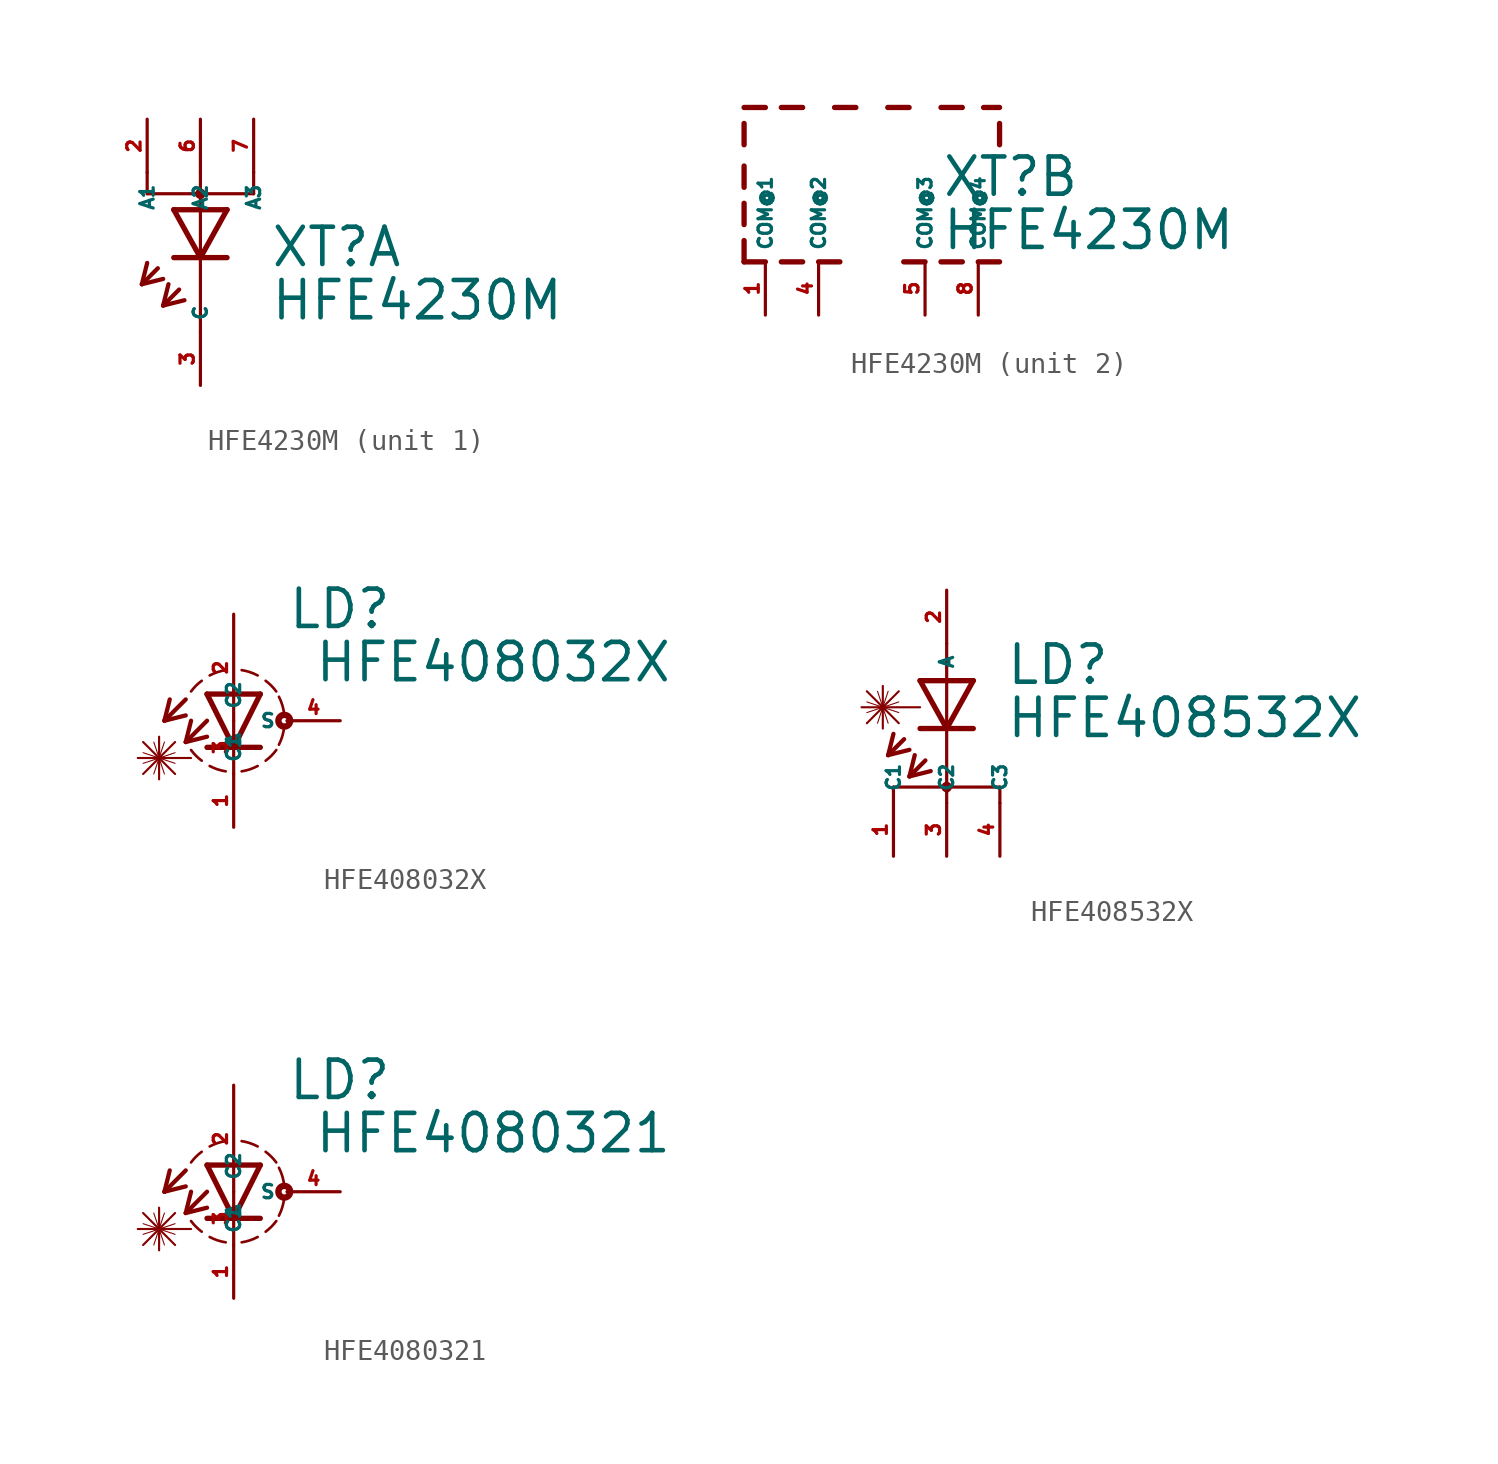
<source format=kicad_sym>
(kicad_symbol_lib
  (version 20220914)
  (generator Eagle2Kicad)
  (symbol "HFE4230M"
    (property "Reference" "XT"
      (at 3.302 -2.057 0)
      (effects (font (size 1.778 1.778) (thickness 0.22)) (justify left bottom)))
    (property "Value" "HFE4230M"
      (at 3.302 -4.597 0)
      (effects (font (size 1.778 1.778) (thickness 0.22)) (justify left bottom)))
    (symbol "HFE4230M_1_0"
      (polyline (pts (xy -1.27 0.762) (xy 0 -1.524)) (stroke (width 0.254) (type default)) (fill (type none)))
      (polyline (pts (xy 0 -1.524) (xy 1.27 0.762)) (stroke (width 0.254) (type default)) (fill (type none)))
      (polyline (pts (xy 1.27 -1.524) (xy 0 -1.524)) (stroke (width 0.254) (type default)) (fill (type none)))
      (polyline (pts (xy 1.27 0.762) (xy -1.27 0.762)) (stroke (width 0.254) (type default)) (fill (type none)))
      (polyline (pts (xy 0 -1.524) (xy -1.27 -1.524)) (stroke (width 0.254) (type default)) (fill (type none)))
      (polyline (pts (xy -2.032 -2.032) (xy -2.794 -2.794)) (stroke (width 0.203) (type default)) (fill (type none)))
      (polyline (pts (xy -2.794 -2.794) (xy -1.778 -2.54)) (stroke (width 0.203) (type default)) (fill (type none)))
      (polyline (pts (xy -2.794 -2.794) (xy -2.54 -1.778)) (stroke (width 0.203) (type default)) (fill (type none)))
      (polyline (pts (xy -1.016 -3.048) (xy -1.778 -3.81)) (stroke (width 0.203) (type default)) (fill (type none)))
      (polyline (pts (xy -1.778 -3.81) (xy -0.762 -3.556)) (stroke (width 0.203) (type default)) (fill (type none)))
      (polyline (pts (xy -1.778 -3.81) (xy -1.524 -2.794)) (stroke (width 0.203) (type default)) (fill (type none)))
      (polyline (pts (xy 2.54 1.524) (xy 0 1.524)) (stroke (width 0.152) (type default)) (fill (type none)))
      (polyline (pts (xy 0 1.524) (xy -2.54 1.524)) (stroke (width 0.152) (type default)) (fill (type none)))
      (polyline (pts (xy 0 -5.08) (xy 0 1.524)) (stroke (width 0.152) (type default)) (fill (type none)))
      (polyline (pts (xy 0 1.524) (xy 0 1.778)) (stroke (width 0.152) (type default)) (fill (type none)))
      (polyline (pts (xy 2.54 1.524) (xy 2.54 2.54)) (stroke (width 0.152) (type default)) (fill (type none)))
      (polyline (pts (xy 0 1.524) (xy 0 2.54)) (stroke (width 0.152) (type default)) (fill (type none)))
      (polyline (pts (xy -2.54 1.524) (xy -2.54 2.54)) (stroke (width 0.152) (type default)) (fill (type none)))
      (circle (center 0 1.524) (radius 0.127) (stroke (width 0.254) (type default)) (fill (type none)))
      (pin passive line (at 0 -7.62 90) (length 2.54) (name "C" (effects (font (size 0.635 0.635) (thickness 0.08)) (justify left bottom))) (number "3" (effects (font (size 0.635 0.635) (thickness 0.08)) (justify left bottom))))
      (pin passive line (at 0 5.08 270) (length 2.54) (name "A2" (effects (font (size 0.635 0.635) (thickness 0.08)) (justify left bottom))) (number "6" (effects (font (size 0.635 0.635) (thickness 0.08)) (justify left bottom))))
      (pin passive line (at 2.54 5.08 270) (length 2.54) (name "A3" (effects (font (size 0.635 0.635) (thickness 0.08)) (justify left bottom))) (number "7" (effects (font (size 0.635 0.635) (thickness 0.08)) (justify left bottom))))
      (pin passive line (at -2.54 5.08 270) (length 2.54) (name "A1" (effects (font (size 0.635 0.635) (thickness 0.08)) (justify left bottom))) (number "2" (effects (font (size 0.635 0.635) (thickness 0.08)) (justify left bottom)))))
    (symbol "HFE4230M_2_0"
      (polyline (pts (xy -1.778 2.286) (xy -0.762 2.286)) (stroke (width 0.254) (type default)) (fill (type none)))
      (polyline (pts (xy 0.762 2.286) (xy 1.778 2.286)) (stroke (width 0.254) (type default)) (fill (type none)))
      (polyline (pts (xy 3.302 2.286) (xy 4.318 2.286)) (stroke (width 0.254) (type default)) (fill (type none)))
      (polyline (pts (xy 6.096 2.286) (xy 5.334 2.286)) (stroke (width 0.254) (type default)) (fill (type none)))
      (polyline (pts (xy 5.08 -5.08) (xy 6.096 -5.08)) (stroke (width 0.254) (type default)) (fill (type none)))
      (polyline (pts (xy 4.318 -5.08) (xy 3.302 -5.08)) (stroke (width 0.254) (type default)) (fill (type none)))
      (polyline (pts (xy 2.54 -5.08) (xy 1.524 -5.08)) (stroke (width 0.254) (type default)) (fill (type none)))
      (polyline (pts (xy -1.524 -5.08) (xy -2.54 -5.08)) (stroke (width 0.254) (type default)) (fill (type none)))
      (polyline (pts (xy -3.302 -5.08) (xy -4.318 -5.08)) (stroke (width 0.254) (type default)) (fill (type none)))
      (polyline (pts (xy -5.08 -5.08) (xy -6.096 -5.08)) (stroke (width 0.254) (type default)) (fill (type none)))
      (polyline (pts (xy -4.318 2.286) (xy -3.302 2.286)) (stroke (width 0.254) (type default)) (fill (type none)))
      (polyline (pts (xy -6.096 2.286) (xy -5.08 2.286)) (stroke (width 0.254) (type default)) (fill (type none)))
      (polyline (pts (xy -6.096 0.508) (xy -6.096 1.524)) (stroke (width 0.254) (type default)) (fill (type none)))
      (polyline (pts (xy -6.096 -1.524) (xy -6.096 -0.508)) (stroke (width 0.254) (type default)) (fill (type none)))
      (polyline (pts (xy -6.096 -3.302) (xy -6.096 -2.286)) (stroke (width 0.254) (type default)) (fill (type none)))
      (polyline (pts (xy -6.096 -5.08) (xy -6.096 -4.064)) (stroke (width 0.254) (type default)) (fill (type none)))
      (polyline (pts (xy 6.096 1.524) (xy 6.096 0.508)) (stroke (width 0.254) (type default)) (fill (type none)))
      (pin unspecified line (at 5.08 -7.62 90) (length 2.54) (name "COM@4" (effects (font (size 0.635 0.635) (thickness 0.08)) (justify left bottom))) (number "8" (effects (font (size 0.635 0.635) (thickness 0.08)) (justify left bottom))))
      (pin unspecified line (at -2.54 -7.62 90) (length 2.54) (name "COM@2" (effects (font (size 0.635 0.635) (thickness 0.08)) (justify left bottom))) (number "4" (effects (font (size 0.635 0.635) (thickness 0.08)) (justify left bottom))))
      (pin unspecified line (at 2.54 -7.62 90) (length 2.54) (name "COM@3" (effects (font (size 0.635 0.635) (thickness 0.08)) (justify left bottom))) (number "5" (effects (font (size 0.635 0.635) (thickness 0.08)) (justify left bottom))))
      (pin unspecified line (at -5.08 -7.62 90) (length 2.54) (name "COM@1" (effects (font (size 0.635 0.635) (thickness 0.08)) (justify left bottom))) (number "1" (effects (font (size 0.635 0.635) (thickness 0.08)) (justify left bottom))))))
  (symbol "HFE408032X"
    (property "Reference" "LD"
      (at 2.54 4.293 0)
      (effects (font (size 1.778 1.778) (thickness 0.22)) (justify left bottom)))
    (property "Value" "HFE408032X"
      (at 3.81 1.753 0)
      (effects (font (size 1.778 1.778) (thickness 0.22)) (justify left bottom)))
    (polyline
      (pts (xy -1.27 1.27) (xy 0 -1.27))
      (stroke (width 0.254) (type default))
      (fill (type none)))
    (polyline
      (pts (xy 0 -1.27) (xy 1.27 1.27))
      (stroke (width 0.254) (type default))
      (fill (type none)))
    (polyline
      (pts (xy 1.27 -1.27) (xy 0 -1.27))
      (stroke (width 0.254) (type default))
      (fill (type none)))
    (polyline
      (pts (xy 1.27 1.27) (xy -1.27 1.27))
      (stroke (width 0.254) (type default))
      (fill (type none)))
    (polyline
      (pts (xy 0 -1.27) (xy -1.27 -1.27))
      (stroke (width 0.254) (type default))
      (fill (type none)))
    (polyline
      (pts (xy -2.286 1.016) (xy -3.302 0))
      (stroke (width 0.203) (type default))
      (fill (type none)))
    (polyline
      (pts (xy -3.302 0) (xy -2.286 0.254))
      (stroke (width 0.203) (type default))
      (fill (type none)))
    (polyline
      (pts (xy -3.302 0) (xy -3.048 1.016))
      (stroke (width 0.203) (type default))
      (fill (type none)))
    (polyline
      (pts (xy -1.27 0) (xy -2.286 -1.016))
      (stroke (width 0.203) (type default))
      (fill (type none)))
    (polyline
      (pts (xy -2.286 -1.016) (xy -1.27 -0.762))
      (stroke (width 0.203) (type default))
      (fill (type none)))
    (polyline
      (pts (xy -2.286 -1.016) (xy -2.032 0))
      (stroke (width 0.203) (type default))
      (fill (type none)))
    (polyline
      (pts (xy -2.032 -1.778) (xy -4.572 -1.778))
      (stroke (width 0.102) (type default))
      (fill (type none)))
    (polyline
      (pts (xy -3.556 -0.762) (xy -3.556 -2.794))
      (stroke (width 0.102) (type default))
      (fill (type none)))
    (polyline
      (pts (xy -2.794 -1.016) (xy -4.318 -2.54))
      (stroke (width 0.102) (type default))
      (fill (type none)))
    (polyline
      (pts (xy -4.318 -1.016) (xy -2.794 -2.54))
      (stroke (width 0.102) (type default))
      (fill (type none)))
    (polyline
      (pts (xy -3.81 -1.016) (xy -3.302 -2.54))
      (stroke (width 0.051) (type default))
      (fill (type none)))
    (polyline
      (pts (xy -3.302 -1.016) (xy -3.81 -2.54))
      (stroke (width 0.051) (type default))
      (fill (type none)))
    (polyline
      (pts (xy -4.318 -1.524) (xy -2.794 -2.032))
      (stroke (width 0.051) (type default))
      (fill (type none)))
    (polyline
      (pts (xy -2.794 -1.524) (xy -4.318 -2.032))
      (stroke (width 0.051) (type default))
      (fill (type none)))
    (arc
      (start 0.381 -2.413)
      (mid 0.773 -2.318)
      (end 1.143 -2.159)
      (stroke (width 0.127) (type default))
      (fill (type none)))
    (arc
      (start 2.159 -1.143)
      (mid 2.329 -0.711)
      (end 2.413 -0.254)
      (stroke (width 0.127) (type default))
      (fill (type none)))
    (arc
      (start 2.413 0.254)
      (mid 2.329 0.711)
      (end 2.159 1.143)
      (stroke (width 0.127) (type default))
      (fill (type none)))
    (arc
      (start 2.032 1.397)
      (mid 1.797 1.670)
      (end 1.524 1.905)
      (stroke (width 0.127) (type default))
      (fill (type none)))
    (arc
      (start 1.143 2.159)
      (mid 0.773 2.318)
      (end 0.381 2.413)
      (stroke (width 0.127) (type default))
      (fill (type none)))
    (arc
      (start 1.524 -1.905)
      (mid 1.797 -1.670)
      (end 2.032 -1.397)
      (stroke (width 0.127) (type default))
      (fill (type none)))
    (arc
      (start -0.381 2.413)
      (mid -0.773 2.318)
      (end -1.143 2.159)
      (stroke (width 0.127) (type default))
      (fill (type none)))
    (arc
      (start -2.032 -1.397)
      (mid -1.797 -1.670)
      (end -1.524 -1.905)
      (stroke (width 0.127) (type default))
      (fill (type none)))
    (arc
      (start -1.143 -2.159)
      (mid -0.773 -2.318)
      (end -0.381 -2.413)
      (stroke (width 0.127) (type default))
      (fill (type none)))
    (arc
      (start -1.524 1.905)
      (mid -1.797 1.670)
      (end -2.032 1.397)
      (stroke (width 0.127) (type default))
      (fill (type none)))
    (circle
      (center 2.413 0)
      (radius 0.127)
      (stroke (width 0.305) (type default))
      (fill (type none)))
    (pin passive line
      (at 0 5.08 270)
      (length 5.08)
      (name "A" (effects (font (size 0.635 0.635) (thickness 0.08)) (justify left bottom)))
      (number "2" (effects (font (size 0.635 0.635) (thickness 0.08)) (justify left bottom))))
    (pin passive line
      (at 0 -2.54 90)
      (length 2.54)
      (name "C2" (effects (font (size 0.635 0.635) (thickness 0.08)) (justify left bottom)))
      (number "3" (effects (font (size 0.635 0.635) (thickness 0.08)) (justify left bottom))))
    (pin passive line
      (at 0 -5.08 90)
      (length 2.54)
      (name "C1" (effects (font (size 0.635 0.635) (thickness 0.08)) (justify left bottom)))
      (number "1" (effects (font (size 0.635 0.635) (thickness 0.08)) (justify left bottom))))
    (pin passive line
      (at 5.08 0 180)
      (length 2.54)
      (name "S" (effects (font (size 0.635 0.635) (thickness 0.08)) (justify left bottom)))
      (number "4" (effects (font (size 0.635 0.635) (thickness 0.08)) (justify left bottom)))))
  (symbol "HFE408532X"
    (property "Reference" "LD"
      (at 2.794 0.483 0)
      (effects (font (size 1.778 1.778) (thickness 0.22)) (justify left bottom)))
    (property "Value" "HFE408532X"
      (at 2.794 -2.057 0)
      (effects (font (size 1.778 1.778) (thickness 0.22)) (justify left bottom)))
    (polyline
      (pts (xy -1.27 0.762) (xy 0 -1.524))
      (stroke (width 0.254) (type default))
      (fill (type none)))
    (polyline
      (pts (xy 0 -1.524) (xy 1.27 0.762))
      (stroke (width 0.254) (type default))
      (fill (type none)))
    (polyline
      (pts (xy 1.27 -1.524) (xy 0 -1.524))
      (stroke (width 0.254) (type default))
      (fill (type none)))
    (polyline
      (pts (xy 1.27 0.762) (xy -1.27 0.762))
      (stroke (width 0.254) (type default))
      (fill (type none)))
    (polyline
      (pts (xy 0 -1.524) (xy -1.27 -1.524))
      (stroke (width 0.254) (type default))
      (fill (type none)))
    (polyline
      (pts (xy -2.032 -2.032) (xy -2.794 -2.794))
      (stroke (width 0.203) (type default))
      (fill (type none)))
    (polyline
      (pts (xy -2.794 -2.794) (xy -1.778 -2.54))
      (stroke (width 0.203) (type default))
      (fill (type none)))
    (polyline
      (pts (xy -2.794 -2.794) (xy -2.54 -1.778))
      (stroke (width 0.203) (type default))
      (fill (type none)))
    (polyline
      (pts (xy -1.016 -3.048) (xy -1.778 -3.81))
      (stroke (width 0.203) (type default))
      (fill (type none)))
    (polyline
      (pts (xy -1.778 -3.81) (xy -0.762 -3.556))
      (stroke (width 0.203) (type default))
      (fill (type none)))
    (polyline
      (pts (xy -1.778 -3.81) (xy -1.524 -2.794))
      (stroke (width 0.203) (type default))
      (fill (type none)))
    (polyline
      (pts (xy -1.27 -0.508) (xy -4.064 -0.508))
      (stroke (width 0.102) (type default))
      (fill (type none)))
    (polyline
      (pts (xy -3.048 0.508) (xy -3.048 -1.524))
      (stroke (width 0.102) (type default))
      (fill (type none)))
    (polyline
      (pts (xy -2.286 0.254) (xy -3.81 -1.27))
      (stroke (width 0.102) (type default))
      (fill (type none)))
    (polyline
      (pts (xy -3.81 0.254) (xy -2.286 -1.27))
      (stroke (width 0.102) (type default))
      (fill (type none)))
    (polyline
      (pts (xy -3.302 0.254) (xy -2.794 -1.27))
      (stroke (width 0.051) (type default))
      (fill (type none)))
    (polyline
      (pts (xy -2.794 0.254) (xy -3.302 -1.27))
      (stroke (width 0.051) (type default))
      (fill (type none)))
    (polyline
      (pts (xy -3.81 -0.254) (xy -2.286 -0.762))
      (stroke (width 0.051) (type default))
      (fill (type none)))
    (polyline
      (pts (xy -2.286 -0.254) (xy -3.81 -0.762))
      (stroke (width 0.051) (type default))
      (fill (type none)))
    (polyline
      (pts (xy -2.54 -4.318) (xy 0 -4.318))
      (stroke (width 0.152) (type default))
      (fill (type none)))
    (polyline
      (pts (xy 0 -4.318) (xy 2.54 -4.318))
      (stroke (width 0.152) (type default))
      (fill (type none)))
    (polyline
      (pts (xy 0 2.54) (xy 0 -4.318))
      (stroke (width 0.152) (type default))
      (fill (type none)))
    (polyline
      (pts (xy 0 -4.318) (xy 0 -4.572))
      (stroke (width 0.152) (type default))
      (fill (type none)))
    (polyline
      (pts (xy -2.54 -4.318) (xy -2.54 -5.08))
      (stroke (width 0.152) (type default))
      (fill (type none)))
    (polyline
      (pts (xy 0 -4.318) (xy 0 -5.08))
      (stroke (width 0.152) (type default))
      (fill (type none)))
    (polyline
      (pts (xy 2.54 -4.318) (xy 2.54 -5.08))
      (stroke (width 0.152) (type default))
      (fill (type none)))
    (circle
      (center 0 -4.318)
      (radius 0.127)
      (stroke (width 0.254) (type default))
      (fill (type none)))
    (pin passive line
      (at 0 5.08 270)
      (length 2.54)
      (name "A" (effects (font (size 0.635 0.635) (thickness 0.08)) (justify left bottom)))
      (number "2" (effects (font (size 0.635 0.635) (thickness 0.08)) (justify left bottom))))
    (pin passive line
      (at 0 -7.62 90)
      (length 2.54)
      (name "C2" (effects (font (size 0.635 0.635) (thickness 0.08)) (justify left bottom)))
      (number "3" (effects (font (size 0.635 0.635) (thickness 0.08)) (justify left bottom))))
    (pin passive line
      (at -2.54 -7.62 90)
      (length 2.54)
      (name "C1" (effects (font (size 0.635 0.635) (thickness 0.08)) (justify left bottom)))
      (number "1" (effects (font (size 0.635 0.635) (thickness 0.08)) (justify left bottom))))
    (pin passive line
      (at 2.54 -7.62 90)
      (length 2.54)
      (name "C3" (effects (font (size 0.635 0.635) (thickness 0.08)) (justify left bottom)))
      (number "4" (effects (font (size 0.635 0.635) (thickness 0.08)) (justify left bottom)))))
  (symbol "HFE4080321"
    (property "Reference" "LD"
      (at 2.54 4.293 0)
      (effects (font (size 1.778 1.778) (thickness 0.22)) (justify left bottom)))
    (property "Value" "HFE4080321"
      (at 3.81 1.753 0)
      (effects (font (size 1.778 1.778) (thickness 0.22)) (justify left bottom)))
    (polyline
      (pts (xy -1.27 1.27) (xy 0 -1.27))
      (stroke (width 0.254) (type default))
      (fill (type none)))
    (polyline
      (pts (xy 0 -1.27) (xy 1.27 1.27))
      (stroke (width 0.254) (type default))
      (fill (type none)))
    (polyline
      (pts (xy 1.27 -1.27) (xy 0 -1.27))
      (stroke (width 0.254) (type default))
      (fill (type none)))
    (polyline
      (pts (xy 1.27 1.27) (xy -1.27 1.27))
      (stroke (width 0.254) (type default))
      (fill (type none)))
    (polyline
      (pts (xy 0 -1.27) (xy -1.27 -1.27))
      (stroke (width 0.254) (type default))
      (fill (type none)))
    (polyline
      (pts (xy -2.286 1.016) (xy -3.302 0))
      (stroke (width 0.203) (type default))
      (fill (type none)))
    (polyline
      (pts (xy -3.302 0) (xy -2.286 0.254))
      (stroke (width 0.203) (type default))
      (fill (type none)))
    (polyline
      (pts (xy -3.302 0) (xy -3.048 1.016))
      (stroke (width 0.203) (type default))
      (fill (type none)))
    (polyline
      (pts (xy -1.27 0) (xy -2.286 -1.016))
      (stroke (width 0.203) (type default))
      (fill (type none)))
    (polyline
      (pts (xy -2.286 -1.016) (xy -1.27 -0.762))
      (stroke (width 0.203) (type default))
      (fill (type none)))
    (polyline
      (pts (xy -2.286 -1.016) (xy -2.032 0))
      (stroke (width 0.203) (type default))
      (fill (type none)))
    (polyline
      (pts (xy -2.032 -1.778) (xy -4.572 -1.778))
      (stroke (width 0.102) (type default))
      (fill (type none)))
    (polyline
      (pts (xy -3.556 -0.762) (xy -3.556 -2.794))
      (stroke (width 0.102) (type default))
      (fill (type none)))
    (polyline
      (pts (xy -2.794 -1.016) (xy -4.318 -2.54))
      (stroke (width 0.102) (type default))
      (fill (type none)))
    (polyline
      (pts (xy -4.318 -1.016) (xy -2.794 -2.54))
      (stroke (width 0.102) (type default))
      (fill (type none)))
    (polyline
      (pts (xy -3.81 -1.016) (xy -3.302 -2.54))
      (stroke (width 0.051) (type default))
      (fill (type none)))
    (polyline
      (pts (xy -3.302 -1.016) (xy -3.81 -2.54))
      (stroke (width 0.051) (type default))
      (fill (type none)))
    (polyline
      (pts (xy -4.318 -1.524) (xy -2.794 -2.032))
      (stroke (width 0.051) (type default))
      (fill (type none)))
    (polyline
      (pts (xy -2.794 -1.524) (xy -4.318 -2.032))
      (stroke (width 0.051) (type default))
      (fill (type none)))
    (arc
      (start 0.381 -2.413)
      (mid 0.773 -2.318)
      (end 1.143 -2.159)
      (stroke (width 0.127) (type default))
      (fill (type none)))
    (arc
      (start 2.159 -1.143)
      (mid 2.329 -0.711)
      (end 2.413 -0.254)
      (stroke (width 0.127) (type default))
      (fill (type none)))
    (arc
      (start 2.413 0.254)
      (mid 2.329 0.711)
      (end 2.159 1.143)
      (stroke (width 0.127) (type default))
      (fill (type none)))
    (arc
      (start 2.032 1.397)
      (mid 1.797 1.670)
      (end 1.524 1.905)
      (stroke (width 0.127) (type default))
      (fill (type none)))
    (arc
      (start 1.143 2.159)
      (mid 0.773 2.318)
      (end 0.381 2.413)
      (stroke (width 0.127) (type default))
      (fill (type none)))
    (arc
      (start 1.524 -1.905)
      (mid 1.797 -1.670)
      (end 2.032 -1.397)
      (stroke (width 0.127) (type default))
      (fill (type none)))
    (arc
      (start -0.381 2.413)
      (mid -0.773 2.318)
      (end -1.143 2.159)
      (stroke (width 0.127) (type default))
      (fill (type none)))
    (arc
      (start -2.032 -1.397)
      (mid -1.797 -1.670)
      (end -1.524 -1.905)
      (stroke (width 0.127) (type default))
      (fill (type none)))
    (arc
      (start -1.143 -2.159)
      (mid -0.773 -2.318)
      (end -0.381 -2.413)
      (stroke (width 0.127) (type default))
      (fill (type none)))
    (arc
      (start -1.524 1.905)
      (mid -1.797 1.670)
      (end -2.032 1.397)
      (stroke (width 0.127) (type default))
      (fill (type none)))
    (circle
      (center 2.413 0)
      (radius 0.127)
      (stroke (width 0.305) (type default))
      (fill (type none)))
    (pin passive line
      (at 0 5.08 270)
      (length 5.08)
      (name "A" (effects (font (size 0.635 0.635) (thickness 0.08)) (justify left bottom)))
      (number "2" (effects (font (size 0.635 0.635) (thickness 0.08)) (justify left bottom))))
    (pin passive line
      (at 0 -2.54 90)
      (length 2.54)
      (name "C2" (effects (font (size 0.635 0.635) (thickness 0.08)) (justify left bottom)))
      (number "3" (effects (font (size 0.635 0.635) (thickness 0.08)) (justify left bottom))))
    (pin passive line
      (at 0 -5.08 90)
      (length 2.54)
      (name "C1" (effects (font (size 0.635 0.635) (thickness 0.08)) (justify left bottom)))
      (number "1" (effects (font (size 0.635 0.635) (thickness 0.08)) (justify left bottom))))
    (pin passive line
      (at 5.08 0 180)
      (length 2.54)
      (name "S" (effects (font (size 0.635 0.635) (thickness 0.08)) (justify left bottom)))
      (number "4" (effects (font (size 0.635 0.635) (thickness 0.08)) (justify left bottom))))))
</source>
